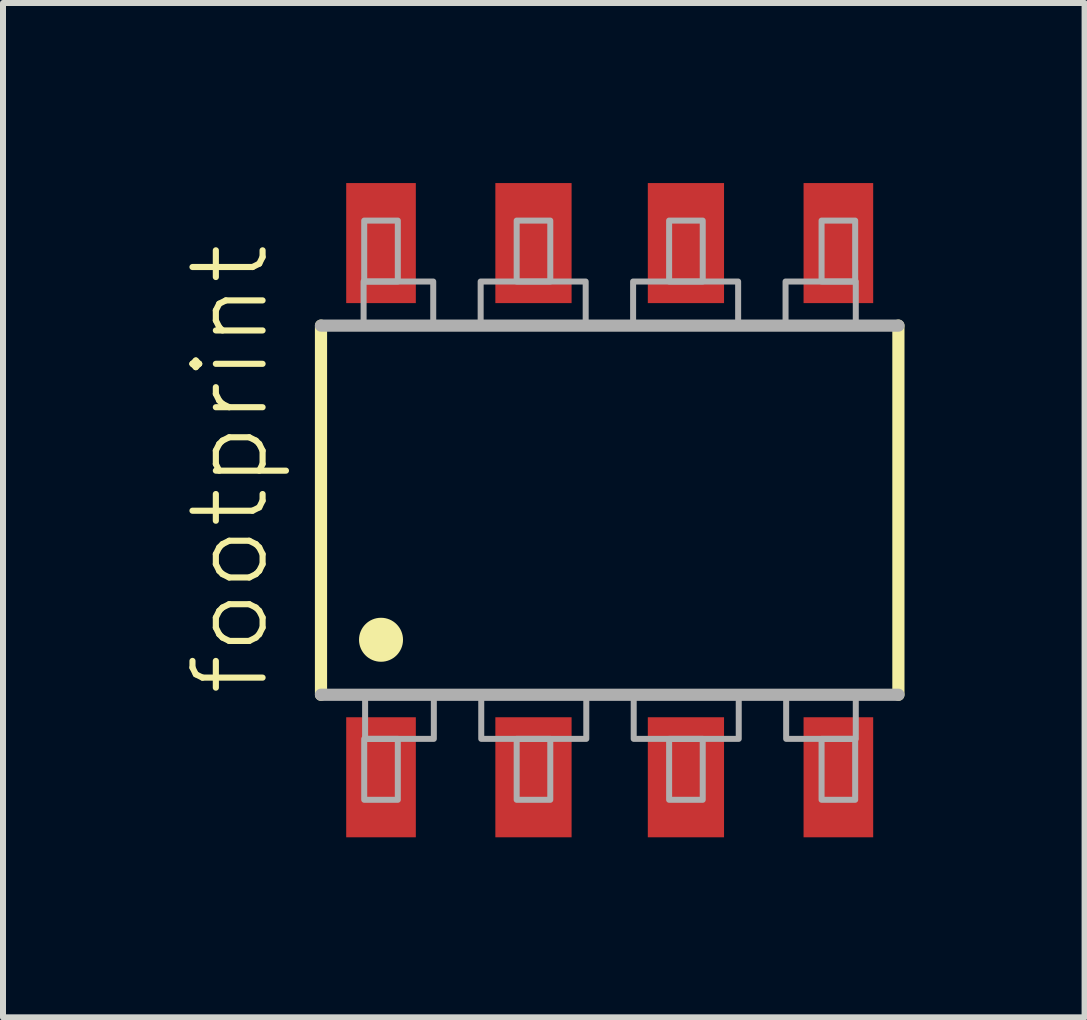
<source format=kicad_pcb>
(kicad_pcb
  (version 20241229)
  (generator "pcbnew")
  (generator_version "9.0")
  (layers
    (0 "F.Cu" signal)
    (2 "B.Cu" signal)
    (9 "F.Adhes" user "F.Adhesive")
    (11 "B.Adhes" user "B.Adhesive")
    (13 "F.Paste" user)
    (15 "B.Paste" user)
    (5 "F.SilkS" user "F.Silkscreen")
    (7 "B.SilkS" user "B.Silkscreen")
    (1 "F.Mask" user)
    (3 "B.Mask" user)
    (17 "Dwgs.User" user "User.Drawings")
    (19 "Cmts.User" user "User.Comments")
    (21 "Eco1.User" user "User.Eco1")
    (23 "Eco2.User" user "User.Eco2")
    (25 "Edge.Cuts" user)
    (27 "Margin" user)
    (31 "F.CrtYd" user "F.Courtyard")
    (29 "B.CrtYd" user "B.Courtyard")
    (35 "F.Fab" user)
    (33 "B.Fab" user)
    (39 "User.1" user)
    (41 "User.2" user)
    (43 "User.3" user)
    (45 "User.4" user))
  (footprint "footprint"
    (layer "F.Cu")
    (at 7.108 5.45)
    (property "Reference" "footprint" (at -5.635 3.135 90) (layer "F.SilkS") (effects (font (size 1.168 1.168) (thickness 0.102)) (justify left bottom)))
    (fp_line (start -4.81 -3.075) (end -4.81 3.075) (stroke (width 0.203) (type solid)) (layer "F.SilkS"))
    (fp_line (start 4.81 3.075) (end 4.81 -3.075) (stroke (width 0.203) (type solid)) (layer "F.SilkS"))
    (fp_circle (center -3.81 2.159) (end -3.627 2.159) (stroke (width 0.367) (type solid)) (fill yes) (layer "F.SilkS"))
    (fp_line (start -4.81 3.075) (end 4.81 3.075) (stroke (width 0.203) (type solid)) (layer "F.Fab"))
    (fp_line (start 4.81 -3.075) (end -4.81 -3.075) (stroke (width 0.203) (type solid)) (layer "F.Fab"))
    (fp_poly (pts (xy -4.09 -3.81) (xy -3.53 -3.81) (xy -3.53 -4.825) (xy -4.09 -4.825)) (stroke (width 0.1) (type solid)) (fill no) (layer "F.Fab"))
    (fp_poly (pts (xy -4.09 4.825) (xy -3.53 4.825) (xy -3.53 3.81) (xy -4.09 3.81)) (stroke (width 0.1) (type solid)) (fill no) (layer "F.Fab"))
    (fp_poly (pts (xy -4.075 3.81) (xy -2.93 3.81) (xy -2.93 3.1) (xy -4.075 3.1)) (stroke (width 0.1) (type solid)) (fill no) (layer "F.Fab"))
    (fp_poly (pts (xy -2.94 -3.81) (xy -4.1 -3.81) (xy -4.1 -3.1) (xy -2.94 -3.1)) (stroke (width 0.1) (type solid)) (fill no) (layer "F.Fab"))
    (fp_poly (pts (xy -2.14 3.81) (xy -0.39 3.81) (xy -0.39 3.1) (xy -2.14 3.1)) (stroke (width 0.1) (type solid)) (fill no) (layer "F.Fab"))
    (fp_poly (pts (xy -1.55 -3.81) (xy -0.99 -3.81) (xy -0.99 -4.825) (xy -1.55 -4.825)) (stroke (width 0.1) (type solid)) (fill no) (layer "F.Fab"))
    (fp_poly (pts (xy -1.55 4.825) (xy -0.99 4.825) (xy -0.99 3.81) (xy -1.55 3.81)) (stroke (width 0.1) (type solid)) (fill no) (layer "F.Fab"))
    (fp_poly (pts (xy -0.4 -3.81) (xy -2.15 -3.81) (xy -2.15 -3.1) (xy -0.4 -3.1)) (stroke (width 0.1) (type solid)) (fill no) (layer "F.Fab"))
    (fp_poly (pts (xy 0.4 3.81) (xy 2.15 3.81) (xy 2.15 3.1) (xy 0.4 3.1)) (stroke (width 0.1) (type solid)) (fill no) (layer "F.Fab"))
    (fp_poly (pts (xy 0.99 -3.81) (xy 1.55 -3.81) (xy 1.55 -4.825) (xy 0.99 -4.825)) (stroke (width 0.1) (type solid)) (fill no) (layer "F.Fab"))
    (fp_poly (pts (xy 0.99 4.825) (xy 1.55 4.825) (xy 1.55 3.81) (xy 0.99 3.81)) (stroke (width 0.1) (type solid)) (fill no) (layer "F.Fab"))
    (fp_poly (pts (xy 2.14 -3.81) (xy 0.39 -3.81) (xy 0.39 -3.1) (xy 2.14 -3.1)) (stroke (width 0.1) (type solid)) (fill no) (layer "F.Fab"))
    (fp_poly (pts (xy 2.94 3.81) (xy 4.1 3.81) (xy 4.1 3.1) (xy 2.94 3.1)) (stroke (width 0.1) (type solid)) (fill no) (layer "F.Fab"))
    (fp_poly (pts (xy 3.53 -3.81) (xy 4.09 -3.81) (xy 4.09 -4.825) (xy 3.53 -4.825)) (stroke (width 0.1) (type solid)) (fill no) (layer "F.Fab"))
    (fp_poly (pts (xy 3.53 4.825) (xy 4.09 4.825) (xy 4.09 3.81) (xy 3.53 3.81)) (stroke (width 0.1) (type solid)) (fill no) (layer "F.Fab"))
    (fp_poly (pts (xy 4.1 -3.81) (xy 2.93 -3.81) (xy 2.93 -3.1) (xy 4.1 -3.1)) (stroke (width 0.1) (type solid)) (fill no) (layer "F.Fab"))
    (pad "1" smd rect (at -3.81 4.45) (size 1.16 2) (layers "F.Cu" "F.Mask" "F.Paste"))
    (pad "2" smd rect (at -1.27 4.45) (size 1.27 2) (layers "F.Cu" "F.Mask" "F.Paste"))
    (pad "3" smd rect (at 1.27 4.45) (size 1.27 2) (layers "F.Cu" "F.Mask" "F.Paste"))
    (pad "4" smd rect (at 3.81 4.45) (size 1.16 2) (layers "F.Cu" "F.Mask" "F.Paste"))
    (pad "5" smd rect (at 3.81 -4.45) (size 1.16 2) (layers "F.Cu" "F.Mask" "F.Paste"))
    (pad "6" smd rect (at 1.27 -4.45) (size 1.27 2) (layers "F.Cu" "F.Mask" "F.Paste"))
    (pad "7" smd rect (at -1.27 -4.45) (size 1.27 2) (layers "F.Cu" "F.Mask" "F.Paste"))
    (pad "8" smd rect (at -3.81 -4.45) (size 1.16 2) (layers "F.Cu" "F.Mask" "F.Paste")))
  (gr_rect
    (start -3 -3)
    (end 15.02 13.9)
    (stroke (width 0.1) (type default))
    (fill no)
    (layer "Edge.Cuts")))
</source>
